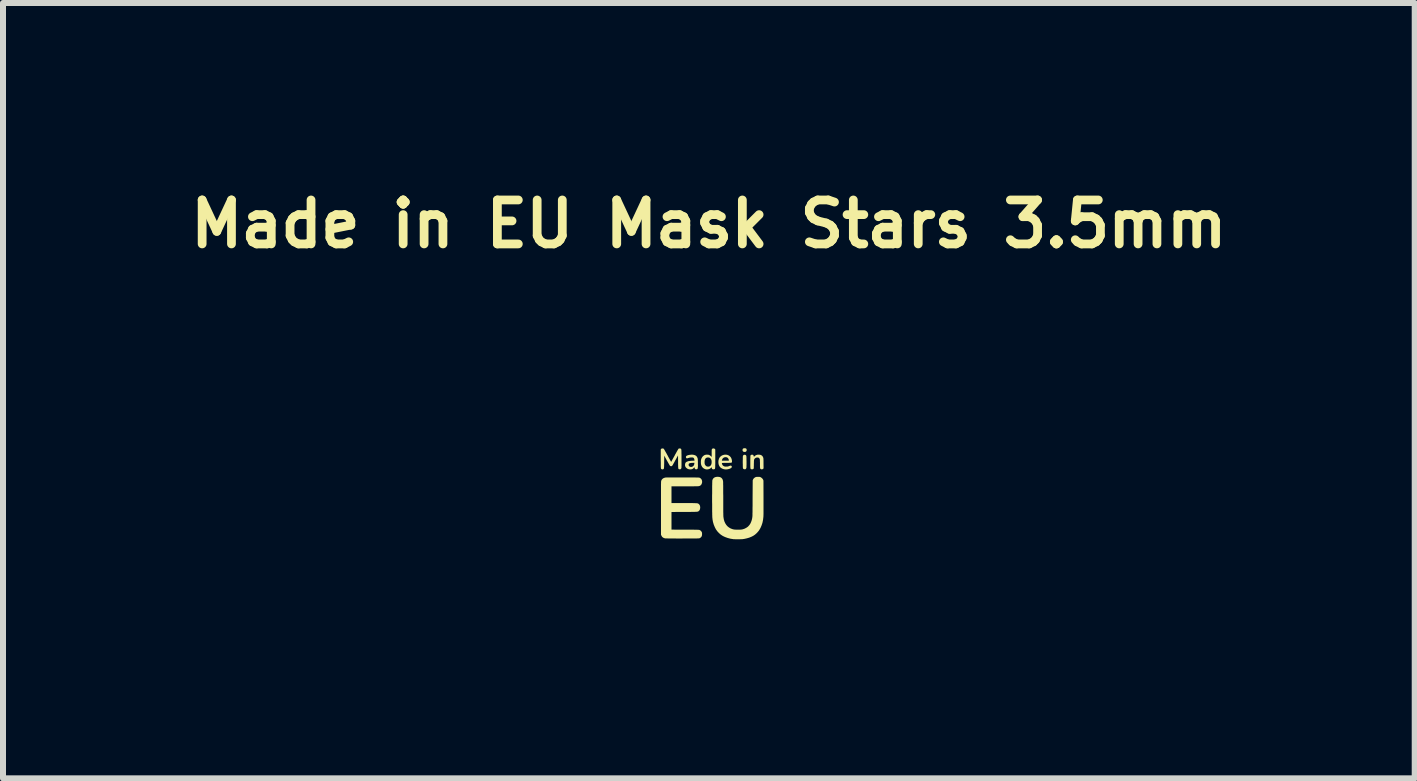
<source format=kicad_pcb>
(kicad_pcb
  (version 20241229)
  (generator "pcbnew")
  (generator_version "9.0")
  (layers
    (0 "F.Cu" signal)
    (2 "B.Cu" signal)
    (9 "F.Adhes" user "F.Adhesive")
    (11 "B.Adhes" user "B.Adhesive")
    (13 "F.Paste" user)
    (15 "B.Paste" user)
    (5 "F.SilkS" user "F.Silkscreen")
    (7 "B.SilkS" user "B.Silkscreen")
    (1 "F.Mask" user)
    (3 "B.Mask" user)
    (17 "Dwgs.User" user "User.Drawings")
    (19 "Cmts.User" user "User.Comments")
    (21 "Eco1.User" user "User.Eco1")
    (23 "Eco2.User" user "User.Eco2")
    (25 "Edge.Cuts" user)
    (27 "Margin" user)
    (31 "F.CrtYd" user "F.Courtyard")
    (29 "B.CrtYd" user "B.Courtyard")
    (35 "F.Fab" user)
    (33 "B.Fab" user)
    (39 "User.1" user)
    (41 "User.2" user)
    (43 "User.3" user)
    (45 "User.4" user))
  (footprint "Made in EU Mask Stars 3.5mm"
    (layer "F.Cu")
    (at 8.767 5.185)
    (property "Reference" "Made in EU Mask Stars 3.5mm" (at 0 -4.5 180) (layer "F.SilkS") (effects (font (size 0.733 0.733) (thickness 0.146))))
    (attr board_only exclude_from_pos_files exclude_from_bom)
    (fp_poly (pts (xy 1.286 -0.995) (xy 1.287 -0.995) (xy 1.288 -0.992) (xy 1.29 -0.984) (xy 1.294 -0.973) (xy 1.299 -0.958) (xy 1.304 -0.94) (xy 1.311 -0.921) (xy 1.317 -0.9) (xy 1.318 -0.897) (xy 1.348 -0.804) (xy 1.452 -0.802) (xy 1.556 -0.801) (xy 1.472 -0.741) (xy 1.454 -0.728) (xy 1.437 -0.716) (xy 1.422 -0.705) (xy 1.409 -0.695) (xy 1.399 -0.688) (xy 1.392 -0.683) (xy 1.389 -0.68) (xy 1.389 -0.68) (xy 1.389 -0.677) (xy 1.392 -0.67) (xy 1.395 -0.659) (xy 1.4 -0.645) (xy 1.405 -0.628) (xy 1.411 -0.609) (xy 1.418 -0.588) (xy 1.419 -0.584) (xy 1.426 -0.562) (xy 1.433 -0.543) (xy 1.438 -0.525) (xy 1.443 -0.511) (xy 1.446 -0.499) (xy 1.449 -0.491) (xy 1.45 -0.488) (xy 1.45 -0.488) (xy 1.447 -0.489) (xy 1.441 -0.493) (xy 1.432 -0.499) (xy 1.42 -0.508) (xy 1.406 -0.518) (xy 1.389 -0.53) (xy 1.372 -0.543) (xy 1.367 -0.546) (xy 1.285 -0.606) (xy 1.207 -0.549) (xy 1.186 -0.533) (xy 1.168 -0.52) (xy 1.154 -0.51) (xy 1.143 -0.502) (xy 1.134 -0.496) (xy 1.128 -0.492) (xy 1.124 -0.49) (xy 1.122 -0.489) (xy 1.121 -0.489) (xy 1.121 -0.49) (xy 1.121 -0.491) (xy 1.121 -0.491) (xy 1.13 -0.517) (xy 1.138 -0.542) (xy 1.146 -0.567) (xy 1.153 -0.591) (xy 1.16 -0.612) (xy 1.166 -0.632) (xy 1.172 -0.649) (xy 1.176 -0.664) (xy 1.179 -0.674) (xy 1.18 -0.68) (xy 1.18 -0.682) (xy 1.178 -0.684) (xy 1.172 -0.689) (xy 1.162 -0.696) (xy 1.15 -0.704) (xy 1.135 -0.715) (xy 1.118 -0.727) (xy 1.1 -0.74) (xy 1.097 -0.742) (xy 1.015 -0.801) (xy 1.118 -0.802) (xy 1.222 -0.802) (xy 1.244 -0.872) (xy 1.253 -0.901) (xy 1.261 -0.924) (xy 1.267 -0.944) (xy 1.272 -0.96) (xy 1.277 -0.972) (xy 1.28 -0.982) (xy 1.282 -0.988) (xy 1.284 -0.993) (xy 1.285 -0.995) (xy 1.286 -0.996)) (stroke (width 0) (type solid)) (fill yes) (layer "F.Mask"))
    (fp_poly (pts (xy 0.003 1.233) (xy 0.006 1.241) (xy 0.009 1.252) (xy 0.014 1.267) (xy 0.02 1.284) (xy 0.026 1.304) (xy 0.033 1.325) (xy 0.034 1.329) (xy 0.064 1.424) (xy 0.167 1.425) (xy 0.269 1.426) (xy 0.193 1.481) (xy 0.175 1.494) (xy 0.158 1.506) (xy 0.143 1.517) (xy 0.13 1.526) (xy 0.12 1.534) (xy 0.113 1.539) (xy 0.11 1.541) (xy 0.104 1.546) (xy 0.134 1.64) (xy 0.141 1.661) (xy 0.147 1.681) (xy 0.153 1.698) (xy 0.158 1.713) (xy 0.162 1.725) (xy 0.164 1.733) (xy 0.166 1.737) (xy 0.166 1.737) (xy 0.166 1.74) (xy 0.164 1.738) (xy 0.16 1.736) (xy 0.153 1.73) (xy 0.143 1.723) (xy 0.13 1.714) (xy 0.116 1.704) (xy 0.101 1.693) (xy 0.085 1.681) (xy 0.069 1.669) (xy 0.054 1.658) (xy 0.039 1.648) (xy 0.026 1.639) (xy 0.016 1.631) (xy 0.008 1.626) (xy 0.004 1.623) (xy 0.004 1.622) (xy 0.001 1.623) (xy -0.005 1.627) (xy -0.014 1.633) (xy -0.026 1.641) (xy -0.04 1.651) (xy -0.056 1.662) (xy -0.072 1.673) (xy -0.089 1.685) (xy -0.105 1.697) (xy -0.121 1.708) (xy -0.136 1.719) (xy -0.149 1.729) (xy -0.159 1.737) (xy -0.161 1.739) (xy -0.164 1.74) (xy -0.164 1.738) (xy -0.164 1.738) (xy -0.163 1.734) (xy -0.16 1.726) (xy -0.156 1.715) (xy -0.152 1.701) (xy -0.147 1.685) (xy -0.141 1.667) (xy -0.135 1.648) (xy -0.129 1.63) (xy -0.123 1.612) (xy -0.118 1.595) (xy -0.113 1.58) (xy -0.109 1.568) (xy -0.107 1.56) (xy -0.105 1.556) (xy -0.102 1.545) (xy -0.185 1.485) (xy -0.269 1.425) (xy -0.166 1.425) (xy -0.063 1.425) (xy -0.044 1.367) (xy -0.038 1.347) (xy -0.031 1.326) (xy -0.024 1.305) (xy -0.018 1.286) (xy -0.013 1.27) (xy -0.012 1.268) (xy -0.008 1.254) (xy -0.004 1.243) (xy -0.001 1.235) (xy 0.001 1.23) (xy 0.002 1.23)) (stroke (width 0) (type solid)) (fill yes) (layer "F.Mask"))
    (fp_poly (pts (xy -0.719 -1.474) (xy -0.713 -1.455) (xy -0.706 -1.435) (xy -0.7 -1.415) (xy -0.694 -1.398) (xy -0.69 -1.384) (xy -0.687 -1.376) (xy -0.677 -1.344) (xy -0.574 -1.344) (xy -0.47 -1.343) (xy -0.544 -1.29) (xy -0.562 -1.277) (xy -0.579 -1.265) (xy -0.594 -1.254) (xy -0.607 -1.244) (xy -0.618 -1.237) (xy -0.625 -1.231) (xy -0.628 -1.229) (xy -0.638 -1.222) (xy -0.607 -1.126) (xy -0.6 -1.105) (xy -0.594 -1.085) (xy -0.588 -1.068) (xy -0.584 -1.053) (xy -0.58 -1.041) (xy -0.578 -1.033) (xy -0.577 -1.03) (xy -0.577 -1.03) (xy -0.579 -1.031) (xy -0.585 -1.035) (xy -0.594 -1.041) (xy -0.606 -1.05) (xy -0.621 -1.06) (xy -0.637 -1.072) (xy -0.654 -1.085) (xy -0.657 -1.086) (xy -0.674 -1.099) (xy -0.691 -1.112) (xy -0.706 -1.122) (xy -0.719 -1.131) (xy -0.729 -1.139) (xy -0.736 -1.143) (xy -0.739 -1.145) (xy -0.739 -1.145) (xy -0.742 -1.144) (xy -0.748 -1.14) (xy -0.758 -1.134) (xy -0.77 -1.125) (xy -0.785 -1.115) (xy -0.801 -1.103) (xy -0.819 -1.09) (xy -0.823 -1.088) (xy -0.841 -1.075) (xy -0.857 -1.063) (xy -0.872 -1.052) (xy -0.885 -1.043) (xy -0.895 -1.036) (xy -0.901 -1.031) (xy -0.904 -1.029) (xy -0.905 -1.029) (xy -0.904 -1.031) (xy -0.902 -1.038) (xy -0.899 -1.049) (xy -0.895 -1.063) (xy -0.889 -1.08) (xy -0.883 -1.099) (xy -0.876 -1.12) (xy -0.875 -1.125) (xy -0.868 -1.146) (xy -0.862 -1.166) (xy -0.856 -1.183) (xy -0.851 -1.198) (xy -0.848 -1.21) (xy -0.845 -1.218) (xy -0.844 -1.222) (xy -0.844 -1.222) (xy -0.846 -1.224) (xy -0.852 -1.228) (xy -0.861 -1.235) (xy -0.873 -1.244) (xy -0.888 -1.254) (xy -0.904 -1.266) (xy -0.922 -1.279) (xy -0.928 -1.283) (xy -1.011 -1.343) (xy -0.907 -1.344) (xy -0.804 -1.344) (xy -0.779 -1.422) (xy -0.773 -1.442) (xy -0.766 -1.462) (xy -0.76 -1.48) (xy -0.755 -1.496) (xy -0.751 -1.509) (xy -0.748 -1.518) (xy -0.748 -1.52) (xy -0.741 -1.541)) (stroke (width 0) (type solid)) (fill yes) (layer "F.Mask"))
    (fp_poly (pts (xy -0.739 1.036) (xy -0.737 1.042) (xy -0.733 1.052) (xy -0.728 1.066) (xy -0.722 1.083) (xy -0.716 1.102) (xy -0.709 1.123) (xy -0.707 1.129) (xy -0.676 1.227) (xy -0.573 1.228) (xy -0.47 1.228) (xy -0.553 1.288) (xy -0.571 1.301) (xy -0.588 1.313) (xy -0.603 1.324) (xy -0.616 1.334) (xy -0.626 1.341) (xy -0.632 1.346) (xy -0.635 1.349) (xy -0.636 1.349) (xy -0.635 1.352) (xy -0.633 1.359) (xy -0.629 1.37) (xy -0.625 1.385) (xy -0.619 1.402) (xy -0.613 1.421) (xy -0.606 1.442) (xy -0.606 1.445) (xy -0.599 1.466) (xy -0.593 1.485) (xy -0.587 1.502) (xy -0.583 1.517) (xy -0.579 1.529) (xy -0.577 1.536) (xy -0.576 1.54) (xy -0.576 1.54) (xy -0.579 1.539) (xy -0.584 1.536) (xy -0.592 1.531) (xy -0.599 1.525) (xy -0.607 1.519) (xy -0.619 1.511) (xy -0.633 1.501) (xy -0.649 1.489) (xy -0.665 1.477) (xy -0.68 1.466) (xy -0.739 1.423) (xy -0.811 1.475) (xy -0.828 1.488) (xy -0.845 1.5) (xy -0.86 1.511) (xy -0.873 1.52) (xy -0.883 1.528) (xy -0.89 1.533) (xy -0.893 1.535) (xy -0.9 1.539) (xy -0.903 1.541) (xy -0.903 1.54) (xy -0.903 1.537) (xy -0.901 1.533) (xy -0.899 1.525) (xy -0.895 1.513) (xy -0.89 1.498) (xy -0.885 1.48) (xy -0.878 1.46) (xy -0.872 1.441) (xy -0.866 1.421) (xy -0.86 1.401) (xy -0.854 1.384) (xy -0.85 1.37) (xy -0.847 1.359) (xy -0.845 1.352) (xy -0.845 1.349) (xy -0.847 1.347) (xy -0.853 1.342) (xy -0.863 1.334) (xy -0.875 1.325) (xy -0.889 1.315) (xy -0.906 1.302) (xy -0.924 1.289) (xy -0.928 1.287) (xy -1.009 1.228) (xy -0.906 1.228) (xy -0.803 1.227) (xy -0.798 1.211) (xy -0.792 1.194) (xy -0.787 1.176) (xy -0.781 1.157) (xy -0.774 1.137) (xy -0.768 1.117) (xy -0.762 1.098) (xy -0.756 1.08) (xy -0.751 1.064) (xy -0.746 1.051) (xy -0.743 1.041) (xy -0.741 1.035) (xy -0.74 1.034)) (stroke (width 0) (type solid)) (fill yes) (layer "F.Mask"))
    (fp_poly (pts (xy 0.742 1.034) (xy 0.744 1.036) (xy 0.745 1.041) (xy 0.747 1.048) (xy 0.751 1.058) (xy 0.755 1.07) (xy 0.76 1.086) (xy 0.766 1.106) (xy 0.774 1.13) (xy 0.783 1.159) (xy 0.785 1.165) (xy 0.805 1.227) (xy 0.908 1.228) (xy 1.011 1.228) (xy 0.93 1.287) (xy 0.912 1.3) (xy 0.895 1.312) (xy 0.88 1.323) (xy 0.867 1.332) (xy 0.857 1.339) (xy 0.85 1.344) (xy 0.847 1.347) (xy 0.846 1.347) (xy 0.847 1.35) (xy 0.848 1.357) (xy 0.852 1.368) (xy 0.856 1.382) (xy 0.861 1.399) (xy 0.867 1.418) (xy 0.874 1.439) (xy 0.875 1.444) (xy 0.882 1.466) (xy 0.889 1.485) (xy 0.894 1.503) (xy 0.899 1.518) (xy 0.902 1.53) (xy 0.905 1.538) (xy 0.906 1.541) (xy 0.906 1.541) (xy 0.904 1.54) (xy 0.898 1.536) (xy 0.888 1.529) (xy 0.876 1.521) (xy 0.862 1.51) (xy 0.845 1.499) (xy 0.828 1.486) (xy 0.823 1.482) (xy 0.742 1.423) (xy 0.728 1.433) (xy 0.711 1.445) (xy 0.693 1.459) (xy 0.674 1.472) (xy 0.656 1.485) (xy 0.639 1.498) (xy 0.623 1.51) (xy 0.608 1.52) (xy 0.596 1.529) (xy 0.586 1.536) (xy 0.58 1.54) (xy 0.577 1.542) (xy 0.577 1.542) (xy 0.576 1.541) (xy 0.577 1.54) (xy 0.578 1.537) (xy 0.58 1.53) (xy 0.583 1.52) (xy 0.588 1.506) (xy 0.593 1.49) (xy 0.599 1.472) (xy 0.605 1.454) (xy 0.611 1.435) (xy 0.617 1.416) (xy 0.623 1.399) (xy 0.628 1.383) (xy 0.632 1.369) (xy 0.635 1.359) (xy 0.637 1.352) (xy 0.638 1.349) (xy 0.638 1.349) (xy 0.636 1.347) (xy 0.63 1.343) (xy 0.621 1.336) (xy 0.609 1.327) (xy 0.595 1.317) (xy 0.578 1.305) (xy 0.56 1.292) (xy 0.555 1.288) (xy 0.472 1.228) (xy 0.575 1.227) (xy 0.678 1.226) (xy 0.71 1.129) (xy 0.717 1.107) (xy 0.723 1.088) (xy 0.729 1.07) (xy 0.734 1.055) (xy 0.738 1.044) (xy 0.74 1.036) (xy 0.742 1.033) (xy 0.742 1.033)) (stroke (width 0) (type solid)) (fill yes) (layer "F.Mask"))
    (fp_poly (pts (xy 0.003 -1.736) (xy 0.005 -1.728) (xy 0.009 -1.717) (xy 0.013 -1.703) (xy 0.019 -1.685) (xy 0.025 -1.666) (xy 0.032 -1.645) (xy 0.033 -1.64) (xy 0.064 -1.543) (xy 0.167 -1.542) (xy 0.27 -1.541) (xy 0.187 -1.481) (xy 0.169 -1.468) (xy 0.152 -1.456) (xy 0.137 -1.445) (xy 0.124 -1.436) (xy 0.114 -1.429) (xy 0.107 -1.424) (xy 0.104 -1.421) (xy 0.104 -1.421) (xy 0.105 -1.418) (xy 0.107 -1.411) (xy 0.11 -1.401) (xy 0.115 -1.387) (xy 0.12 -1.372) (xy 0.125 -1.354) (xy 0.131 -1.336) (xy 0.137 -1.317) (xy 0.143 -1.298) (xy 0.149 -1.281) (xy 0.154 -1.265) (xy 0.159 -1.251) (xy 0.162 -1.24) (xy 0.164 -1.234) (xy 0.165 -1.232) (xy 0.166 -1.23) (xy 0.166 -1.229) (xy 0.165 -1.229) (xy 0.163 -1.23) (xy 0.159 -1.232) (xy 0.153 -1.236) (xy 0.144 -1.242) (xy 0.133 -1.251) (xy 0.118 -1.261) (xy 0.1 -1.275) (xy 0.089 -1.283) (xy 0.071 -1.296) (xy 0.055 -1.307) (xy 0.04 -1.318) (xy 0.028 -1.327) (xy 0.018 -1.335) (xy 0.011 -1.339) (xy 0.009 -1.341) (xy 0.001 -1.347) (xy -0.069 -1.296) (xy -0.087 -1.283) (xy -0.103 -1.271) (xy -0.119 -1.26) (xy -0.132 -1.25) (xy -0.142 -1.242) (xy -0.15 -1.237) (xy -0.152 -1.235) (xy -0.159 -1.23) (xy -0.163 -1.228) (xy -0.164 -1.229) (xy -0.163 -1.232) (xy -0.163 -1.232) (xy -0.162 -1.236) (xy -0.159 -1.244) (xy -0.155 -1.256) (xy -0.151 -1.27) (xy -0.145 -1.286) (xy -0.14 -1.304) (xy -0.134 -1.323) (xy -0.128 -1.342) (xy -0.122 -1.36) (xy -0.116 -1.377) (xy -0.112 -1.392) (xy -0.108 -1.404) (xy -0.105 -1.413) (xy -0.103 -1.418) (xy -0.103 -1.419) (xy -0.105 -1.421) (xy -0.11 -1.426) (xy -0.119 -1.433) (xy -0.131 -1.442) (xy -0.146 -1.453) (xy -0.162 -1.465) (xy -0.18 -1.478) (xy -0.185 -1.481) (xy -0.268 -1.541) (xy -0.165 -1.542) (xy -0.063 -1.542) (xy -0.044 -1.6) (xy -0.038 -1.62) (xy -0.031 -1.641) (xy -0.024 -1.662) (xy -0.018 -1.681) (xy -0.013 -1.698) (xy -0.012 -1.7) (xy -0.008 -1.713) (xy -0.004 -1.725) (xy -0.001 -1.733) (xy 0.001 -1.738) (xy 0.002 -1.739)) (stroke (width 0) (type solid)) (fill yes) (layer "F.Mask"))
    (fp_poly (pts (xy 1.286 0.49) (xy 1.288 0.497) (xy 1.292 0.508) (xy 1.297 0.521) (xy 1.302 0.538) (xy 1.308 0.557) (xy 1.315 0.578) (xy 1.317 0.584) (xy 1.348 0.681) (xy 1.452 0.683) (xy 1.556 0.684) (xy 1.475 0.742) (xy 1.456 0.756) (xy 1.439 0.768) (xy 1.424 0.779) (xy 1.411 0.788) (xy 1.401 0.795) (xy 1.394 0.8) (xy 1.391 0.803) (xy 1.39 0.803) (xy 1.391 0.806) (xy 1.392 0.813) (xy 1.395 0.824) (xy 1.4 0.839) (xy 1.405 0.858) (xy 1.412 0.879) (xy 1.419 0.902) (xy 1.426 0.923) (xy 1.433 0.943) (xy 1.438 0.961) (xy 1.443 0.976) (xy 1.447 0.987) (xy 1.449 0.995) (xy 1.45 0.999) (xy 1.45 0.999) (xy 1.448 0.998) (xy 1.442 0.994) (xy 1.433 0.987) (xy 1.421 0.978) (xy 1.407 0.968) (xy 1.39 0.956) (xy 1.372 0.943) (xy 1.368 0.94) (xy 1.347 0.924) (xy 1.33 0.912) (xy 1.316 0.902) (xy 1.306 0.895) (xy 1.298 0.889) (xy 1.291 0.886) (xy 1.287 0.883) (xy 1.284 0.883) (xy 1.282 0.883) (xy 1.281 0.883) (xy 1.277 0.885) (xy 1.27 0.89) (xy 1.26 0.898) (xy 1.247 0.907) (xy 1.232 0.918) (xy 1.216 0.93) (xy 1.199 0.942) (xy 1.181 0.955) (xy 1.165 0.967) (xy 1.151 0.977) (xy 1.139 0.986) (xy 1.13 0.992) (xy 1.124 0.996) (xy 1.121 0.997) (xy 1.122 0.995) (xy 1.124 0.988) (xy 1.127 0.977) (xy 1.132 0.963) (xy 1.137 0.946) (xy 1.143 0.926) (xy 1.15 0.905) (xy 1.151 0.901) (xy 1.158 0.88) (xy 1.164 0.86) (xy 1.17 0.843) (xy 1.175 0.828) (xy 1.178 0.816) (xy 1.18 0.808) (xy 1.181 0.805) (xy 1.181 0.805) (xy 1.179 0.803) (xy 1.173 0.798) (xy 1.165 0.792) (xy 1.154 0.784) (xy 1.15 0.781) (xy 1.138 0.773) (xy 1.124 0.762) (xy 1.107 0.751) (xy 1.09 0.738) (xy 1.073 0.726) (xy 1.067 0.721) (xy 1.015 0.684) (xy 1.119 0.683) (xy 1.222 0.681) (xy 1.253 0.585) (xy 1.26 0.564) (xy 1.266 0.544) (xy 1.272 0.527) (xy 1.277 0.512) (xy 1.281 0.5) (xy 1.283 0.492) (xy 1.285 0.488) (xy 1.285 0.488)) (stroke (width 0) (type solid)) (fill yes) (layer "F.Mask"))
    (fp_poly (pts (xy -1.282 0.49) (xy -1.281 0.493) (xy -1.278 0.501) (xy -1.275 0.512) (xy -1.27 0.527) (xy -1.264 0.544) (xy -1.258 0.564) (xy -1.251 0.585) (xy -1.25 0.587) (xy -1.22 0.681) (xy -1.116 0.683) (xy -1.012 0.684) (xy -1.096 0.744) (xy -1.114 0.757) (xy -1.131 0.769) (xy -1.146 0.78) (xy -1.159 0.789) (xy -1.169 0.796) (xy -1.176 0.801) (xy -1.179 0.804) (xy -1.18 0.804) (xy -1.179 0.806) (xy -1.177 0.813) (xy -1.174 0.824) (xy -1.169 0.838) (xy -1.164 0.855) (xy -1.158 0.875) (xy -1.151 0.896) (xy -1.149 0.902) (xy -1.142 0.923) (xy -1.136 0.943) (xy -1.13 0.96) (xy -1.126 0.975) (xy -1.122 0.987) (xy -1.119 0.995) (xy -1.118 0.999) (xy -1.118 0.999) (xy -1.12 0.998) (xy -1.126 0.994) (xy -1.135 0.987) (xy -1.147 0.978) (xy -1.162 0.968) (xy -1.178 0.956) (xy -1.196 0.943) (xy -1.198 0.941) (xy -1.216 0.928) (xy -1.233 0.916) (xy -1.248 0.905) (xy -1.261 0.896) (xy -1.271 0.888) (xy -1.278 0.884) (xy -1.281 0.881) (xy -1.281 0.881) (xy -1.284 0.883) (xy -1.29 0.887) (xy -1.3 0.893) (xy -1.312 0.901) (xy -1.327 0.912) (xy -1.344 0.924) (xy -1.362 0.937) (xy -1.366 0.94) (xy -1.384 0.953) (xy -1.401 0.965) (xy -1.416 0.976) (xy -1.429 0.985) (xy -1.439 0.992) (xy -1.445 0.997) (xy -1.448 0.999) (xy -1.448 0.999) (xy -1.448 0.997) (xy -1.445 0.99) (xy -1.442 0.979) (xy -1.437 0.965) (xy -1.432 0.948) (xy -1.426 0.928) (xy -1.419 0.907) (xy -1.417 0.902) (xy -1.411 0.881) (xy -1.404 0.861) (xy -1.399 0.844) (xy -1.394 0.828) (xy -1.391 0.817) (xy -1.388 0.808) (xy -1.387 0.805) (xy -1.388 0.804) (xy -1.39 0.803) (xy -1.396 0.798) (xy -1.405 0.791) (xy -1.418 0.782) (xy -1.432 0.771) (xy -1.449 0.759) (xy -1.467 0.747) (xy -1.471 0.743) (xy -1.554 0.684) (xy -1.45 0.683) (xy -1.346 0.681) (xy -1.325 0.617) (xy -1.319 0.598) (xy -1.313 0.577) (xy -1.306 0.558) (xy -1.301 0.54) (xy -1.296 0.526) (xy -1.294 0.52) (xy -1.29 0.508) (xy -1.287 0.498) (xy -1.284 0.492) (xy -1.282 0.49)) (stroke (width 0) (type solid)) (fill yes) (layer "F.Mask"))
    (fp_poly (pts (xy 0.746 -1.534) (xy 0.748 -1.526) (xy 0.752 -1.514) (xy 0.757 -1.5) (xy 0.763 -1.482) (xy 0.769 -1.463) (xy 0.776 -1.442) (xy 0.776 -1.439) (xy 0.806 -1.346) (xy 0.91 -1.344) (xy 1.014 -1.343) (xy 0.931 -1.283) (xy 0.913 -1.27) (xy 0.896 -1.258) (xy 0.881 -1.247) (xy 0.868 -1.238) (xy 0.858 -1.23) (xy 0.851 -1.226) (xy 0.847 -1.223) (xy 0.847 -1.223) (xy 0.848 -1.22) (xy 0.85 -1.214) (xy 0.853 -1.203) (xy 0.858 -1.189) (xy 0.863 -1.172) (xy 0.869 -1.152) (xy 0.876 -1.131) (xy 0.877 -1.126) (xy 0.884 -1.105) (xy 0.891 -1.085) (xy 0.896 -1.068) (xy 0.901 -1.053) (xy 0.904 -1.041) (xy 0.907 -1.033) (xy 0.908 -1.03) (xy 0.908 -1.029) (xy 0.905 -1.031) (xy 0.9 -1.035) (xy 0.89 -1.041) (xy 0.878 -1.05) (xy 0.864 -1.06) (xy 0.848 -1.072) (xy 0.83 -1.085) (xy 0.827 -1.087) (xy 0.809 -1.1) (xy 0.793 -1.112) (xy 0.778 -1.123) (xy 0.765 -1.132) (xy 0.754 -1.138) (xy 0.747 -1.143) (xy 0.744 -1.145) (xy 0.744 -1.145) (xy 0.741 -1.143) (xy 0.734 -1.139) (xy 0.725 -1.133) (xy 0.712 -1.124) (xy 0.697 -1.113) (xy 0.681 -1.101) (xy 0.663 -1.088) (xy 0.661 -1.087) (xy 0.643 -1.074) (xy 0.626 -1.062) (xy 0.612 -1.051) (xy 0.599 -1.042) (xy 0.589 -1.035) (xy 0.583 -1.031) (xy 0.58 -1.029) (xy 0.58 -1.029) (xy 0.58 -1.031) (xy 0.581 -1.036) (xy 0.585 -1.047) (xy 0.589 -1.061) (xy 0.594 -1.077) (xy 0.6 -1.094) (xy 0.606 -1.113) (xy 0.612 -1.132) (xy 0.618 -1.151) (xy 0.624 -1.169) (xy 0.629 -1.186) (xy 0.633 -1.2) (xy 0.637 -1.211) (xy 0.639 -1.219) (xy 0.64 -1.223) (xy 0.64 -1.223) (xy 0.638 -1.225) (xy 0.632 -1.229) (xy 0.623 -1.236) (xy 0.611 -1.244) (xy 0.596 -1.255) (xy 0.58 -1.267) (xy 0.562 -1.28) (xy 0.557 -1.283) (xy 0.474 -1.343) (xy 0.577 -1.344) (xy 0.681 -1.346) (xy 0.699 -1.403) (xy 0.706 -1.422) (xy 0.712 -1.443) (xy 0.719 -1.464) (xy 0.725 -1.483) (xy 0.73 -1.499) (xy 0.731 -1.5) (xy 0.735 -1.514) (xy 0.739 -1.525) (xy 0.742 -1.532) (xy 0.744 -1.537) (xy 0.745 -1.537)) (stroke (width 0) (type solid)) (fill yes) (layer "F.Mask"))
    (fp_poly (pts (xy -1.282 -0.992) (xy -1.279 -0.985) (xy -1.275 -0.974) (xy -1.271 -0.959) (xy -1.265 -0.942) (xy -1.259 -0.923) (xy -1.252 -0.902) (xy -1.251 -0.897) (xy -1.22 -0.801) (xy -1.117 -0.8) (xy -1.014 -0.798) (xy -1.097 -0.739) (xy -1.118 -0.723) (xy -1.135 -0.711) (xy -1.149 -0.701) (xy -1.16 -0.693) (xy -1.168 -0.686) (xy -1.173 -0.682) (xy -1.177 -0.678) (xy -1.178 -0.676) (xy -1.179 -0.674) (xy -1.178 -0.674) (xy -1.177 -0.669) (xy -1.175 -0.661) (xy -1.171 -0.65) (xy -1.166 -0.635) (xy -1.161 -0.619) (xy -1.155 -0.601) (xy -1.149 -0.582) (xy -1.143 -0.563) (xy -1.137 -0.545) (xy -1.132 -0.528) (xy -1.127 -0.514) (xy -1.123 -0.502) (xy -1.121 -0.493) (xy -1.119 -0.488) (xy -1.119 -0.488) (xy -1.119 -0.486) (xy -1.121 -0.486) (xy -1.123 -0.488) (xy -1.13 -0.492) (xy -1.139 -0.499) (xy -1.151 -0.508) (xy -1.164 -0.517) (xy -1.179 -0.528) (xy -1.195 -0.54) (xy -1.211 -0.551) (xy -1.227 -0.563) (xy -1.242 -0.573) (xy -1.255 -0.583) (xy -1.266 -0.591) (xy -1.274 -0.597) (xy -1.279 -0.601) (xy -1.28 -0.602) (xy -1.283 -0.601) (xy -1.289 -0.597) (xy -1.299 -0.591) (xy -1.312 -0.582) (xy -1.327 -0.572) (xy -1.344 -0.559) (xy -1.363 -0.546) (xy -1.365 -0.544) (xy -1.383 -0.531) (xy -1.4 -0.519) (xy -1.415 -0.508) (xy -1.428 -0.499) (xy -1.438 -0.492) (xy -1.444 -0.487) (xy -1.448 -0.485) (xy -1.448 -0.485) (xy -1.448 -0.487) (xy -1.447 -0.489) (xy -1.446 -0.492) (xy -1.444 -0.5) (xy -1.44 -0.511) (xy -1.435 -0.526) (xy -1.43 -0.543) (xy -1.423 -0.562) (xy -1.417 -0.583) (xy -1.41 -0.604) (xy -1.404 -0.623) (xy -1.398 -0.64) (xy -1.394 -0.655) (xy -1.39 -0.666) (xy -1.388 -0.673) (xy -1.387 -0.676) (xy -1.389 -0.678) (xy -1.394 -0.683) (xy -1.403 -0.69) (xy -1.415 -0.699) (xy -1.429 -0.71) (xy -1.446 -0.722) (xy -1.464 -0.735) (xy -1.469 -0.739) (xy -1.553 -0.798) (xy -1.449 -0.8) (xy -1.346 -0.801) (xy -1.334 -0.84) (xy -1.329 -0.855) (xy -1.323 -0.873) (xy -1.317 -0.893) (xy -1.31 -0.914) (xy -1.304 -0.934) (xy -1.303 -0.937) (xy -1.297 -0.954) (xy -1.292 -0.968) (xy -1.288 -0.98) (xy -1.285 -0.989) (xy -1.283 -0.994) (xy -1.283 -0.994)) (stroke (width 0) (type solid)) (fill yes) (layer "F.Mask"))
    (fp_poly (pts (xy -1.482 -0.251) (xy -1.479 -0.245) (xy -1.475 -0.234) (xy -1.471 -0.22) (xy -1.465 -0.204) (xy -1.459 -0.185) (xy -1.452 -0.164) (xy -1.45 -0.157) (xy -1.419 -0.06) (xy -1.316 -0.06) (xy -1.289 -0.06) (xy -1.265 -0.06) (xy -1.246 -0.059) (xy -1.231 -0.059) (xy -1.221 -0.058) (xy -1.216 -0.058) (xy -1.215 -0.057) (xy -1.218 -0.055) (xy -1.224 -0.051) (xy -1.233 -0.044) (xy -1.246 -0.035) (xy -1.26 -0.024) (xy -1.277 -0.012) (xy -1.295 0.001) (xy -1.297 0.003) (xy -1.315 0.016) (xy -1.332 0.028) (xy -1.347 0.039) (xy -1.359 0.048) (xy -1.369 0.056) (xy -1.375 0.061) (xy -1.378 0.063) (xy -1.378 0.063) (xy -1.377 0.066) (xy -1.375 0.074) (xy -1.372 0.085) (xy -1.367 0.099) (xy -1.362 0.116) (xy -1.355 0.136) (xy -1.349 0.157) (xy -1.348 0.159) (xy -1.341 0.181) (xy -1.335 0.2) (xy -1.33 0.217) (xy -1.325 0.232) (xy -1.322 0.243) (xy -1.319 0.251) (xy -1.319 0.254) (xy -1.319 0.254) (xy -1.321 0.253) (xy -1.327 0.249) (xy -1.336 0.242) (xy -1.348 0.234) (xy -1.363 0.224) (xy -1.379 0.212) (xy -1.397 0.199) (xy -1.4 0.196) (xy -1.42 0.182) (xy -1.438 0.169) (xy -1.454 0.158) (xy -1.466 0.15) (xy -1.476 0.143) (xy -1.482 0.14) (xy -1.484 0.139) (xy -1.487 0.141) (xy -1.494 0.146) (xy -1.503 0.152) (xy -1.516 0.161) (xy -1.531 0.172) (xy -1.547 0.184) (xy -1.564 0.196) (xy -1.585 0.211) (xy -1.602 0.224) (xy -1.615 0.234) (xy -1.626 0.241) (xy -1.633 0.247) (xy -1.639 0.251) (xy -1.643 0.253) (xy -1.645 0.254) (xy -1.646 0.255) (xy -1.646 0.254) (xy -1.646 0.254) (xy -1.646 0.251) (xy -1.643 0.244) (xy -1.64 0.233) (xy -1.635 0.219) (xy -1.63 0.202) (xy -1.624 0.182) (xy -1.617 0.162) (xy -1.616 0.16) (xy -1.61 0.139) (xy -1.603 0.119) (xy -1.598 0.102) (xy -1.593 0.087) (xy -1.59 0.075) (xy -1.587 0.067) (xy -1.586 0.064) (xy -1.586 0.064) (xy -1.589 0.062) (xy -1.594 0.057) (xy -1.604 0.05) (xy -1.616 0.041) (xy -1.63 0.03) (xy -1.646 0.018) (xy -1.664 0.005) (xy -1.667 0.003) (xy -1.685 -0.01) (xy -1.702 -0.023) (xy -1.717 -0.033) (xy -1.73 -0.043) (xy -1.74 -0.05) (xy -1.746 -0.055) (xy -1.749 -0.058) (xy -1.75 -0.058) (xy -1.747 -0.058) (xy -1.74 -0.059) (xy -1.729 -0.059) (xy -1.715 -0.059) (xy -1.697 -0.06) (xy -1.677 -0.06) (xy -1.654 -0.06) (xy -1.648 -0.06) (xy -1.545 -0.06) (xy -1.54 -0.076) (xy -1.534 -0.094) (xy -1.528 -0.113) (xy -1.522 -0.133) (xy -1.516 -0.154) (xy -1.509 -0.174) (xy -1.503 -0.193) (xy -1.497 -0.21) (xy -1.492 -0.226) (xy -1.488 -0.238) (xy -1.485 -0.247) (xy -1.483 -0.252) (xy -1.483 -0.253)) (stroke (width 0) (type solid)) (fill yes) (layer "F.Mask"))
    (fp_poly (pts (xy 1.483 -0.253) (xy 1.486 -0.246) (xy 1.489 -0.236) (xy 1.494 -0.224) (xy 1.498 -0.209) (xy 1.498 -0.209) (xy 1.504 -0.191) (xy 1.511 -0.169) (xy 1.518 -0.147) (xy 1.525 -0.125) (xy 1.529 -0.113) (xy 1.545 -0.063) (xy 1.648 -0.063) (xy 1.67 -0.062) (xy 1.691 -0.062) (xy 1.71 -0.062) (xy 1.726 -0.062) (xy 1.738 -0.062) (xy 1.746 -0.061) (xy 1.75 -0.061) (xy 1.75 -0.061) (xy 1.748 -0.059) (xy 1.743 -0.054) (xy 1.733 -0.047) (xy 1.721 -0.038) (xy 1.707 -0.028) (xy 1.69 -0.016) (xy 1.672 -0.003) (xy 1.668 -0.000038) (xy 1.65 0.013) (xy 1.633 0.025) (xy 1.618 0.036) (xy 1.606 0.046) (xy 1.596 0.053) (xy 1.589 0.059) (xy 1.587 0.062) (xy 1.586 0.062) (xy 1.587 0.065) (xy 1.589 0.072) (xy 1.593 0.084) (xy 1.597 0.098) (xy 1.603 0.116) (xy 1.609 0.135) (xy 1.616 0.156) (xy 1.616 0.158) (xy 1.623 0.179) (xy 1.629 0.198) (xy 1.635 0.215) (xy 1.639 0.23) (xy 1.643 0.241) (xy 1.645 0.249) (xy 1.645 0.252) (xy 1.645 0.252) (xy 1.643 0.251) (xy 1.637 0.247) (xy 1.628 0.24) (xy 1.616 0.232) (xy 1.601 0.221) (xy 1.585 0.21) (xy 1.568 0.197) (xy 1.566 0.195) (xy 1.548 0.182) (xy 1.531 0.17) (xy 1.516 0.159) (xy 1.504 0.15) (xy 1.494 0.143) (xy 1.487 0.138) (xy 1.484 0.136) (xy 1.484 0.136) (xy 1.481 0.138) (xy 1.474 0.142) (xy 1.465 0.148) (xy 1.453 0.157) (xy 1.438 0.167) (xy 1.422 0.178) (xy 1.406 0.19) (xy 1.385 0.206) (xy 1.367 0.219) (xy 1.353 0.229) (xy 1.341 0.237) (xy 1.333 0.243) (xy 1.327 0.247) (xy 1.323 0.25) (xy 1.32 0.252) (xy 1.319 0.252) (xy 1.318 0.252) (xy 1.318 0.251) (xy 1.319 0.249) (xy 1.321 0.241) (xy 1.325 0.23) (xy 1.329 0.216) (xy 1.335 0.199) (xy 1.341 0.18) (xy 1.347 0.159) (xy 1.348 0.157) (xy 1.355 0.136) (xy 1.361 0.116) (xy 1.367 0.099) (xy 1.371 0.084) (xy 1.375 0.072) (xy 1.377 0.065) (xy 1.378 0.061) (xy 1.378 0.061) (xy 1.376 0.059) (xy 1.37 0.054) (xy 1.361 0.047) (xy 1.349 0.038) (xy 1.334 0.028) (xy 1.318 0.016) (xy 1.3 0.003) (xy 1.296 0) (xy 1.278 -0.013) (xy 1.261 -0.025) (xy 1.246 -0.036) (xy 1.234 -0.045) (xy 1.224 -0.053) (xy 1.217 -0.058) (xy 1.214 -0.06) (xy 1.214 -0.06) (xy 1.217 -0.061) (xy 1.224 -0.061) (xy 1.235 -0.061) (xy 1.25 -0.061) (xy 1.267 -0.061) (xy 1.288 -0.061) (xy 1.31 -0.061) (xy 1.315 -0.061) (xy 1.341 -0.06) (xy 1.362 -0.06) (xy 1.379 -0.06) (xy 1.391 -0.06) (xy 1.401 -0.06) (xy 1.408 -0.06) (xy 1.413 -0.061) (xy 1.416 -0.061) (xy 1.418 -0.062) (xy 1.419 -0.064) (xy 1.419 -0.064) (xy 1.42 -0.068) (xy 1.423 -0.076) (xy 1.427 -0.087) (xy 1.432 -0.102) (xy 1.437 -0.12) (xy 1.444 -0.139) (xy 1.451 -0.161) (xy 1.451 -0.162) (xy 1.458 -0.183) (xy 1.464 -0.202) (xy 1.47 -0.22) (xy 1.474 -0.234) (xy 1.478 -0.245) (xy 1.481 -0.252) (xy 1.482 -0.255) (xy 1.482 -0.255)) (stroke (width 0) (type solid)) (fill yes) (layer "F.Mask"))
    (fp_poly (pts (xy 0.608 -0.762) (xy 0.619 -0.759) (xy 0.626 -0.752) (xy 0.63 -0.742) (xy 0.631 -0.733) (xy 0.629 -0.72) (xy 0.622 -0.71) (xy 0.615 -0.704) (xy 0.606 -0.702) (xy 0.595 -0.701) (xy 0.583 -0.703) (xy 0.576 -0.705) (xy 0.568 -0.711) (xy 0.563 -0.72) (xy 0.561 -0.731) (xy 0.562 -0.742) (xy 0.566 -0.752) (xy 0.569 -0.756) (xy 0.575 -0.759) (xy 0.582 -0.762) (xy 0.592 -0.763)) (stroke (width 0) (type solid)) (fill yes) (layer "F.SilkS"))
    (fp_poly (pts (xy 0.609 -0.652) (xy 0.618 -0.646) (xy 0.624 -0.636) (xy 0.625 -0.63) (xy 0.626 -0.625) (xy 0.626 -0.615) (xy 0.627 -0.601) (xy 0.627 -0.585) (xy 0.627 -0.566) (xy 0.628 -0.546) (xy 0.628 -0.526) (xy 0.628 -0.506) (xy 0.628 -0.487) (xy 0.627 -0.47) (xy 0.627 -0.456) (xy 0.627 -0.445) (xy 0.626 -0.439) (xy 0.622 -0.426) (xy 0.617 -0.419) (xy 0.612 -0.414) (xy 0.606 -0.412) (xy 0.598 -0.412) (xy 0.597 -0.412) (xy 0.586 -0.413) (xy 0.578 -0.417) (xy 0.577 -0.417) (xy 0.572 -0.423) (xy 0.568 -0.431) (xy 0.568 -0.432) (xy 0.567 -0.437) (xy 0.567 -0.447) (xy 0.566 -0.46) (xy 0.566 -0.477) (xy 0.566 -0.495) (xy 0.565 -0.515) (xy 0.565 -0.536) (xy 0.565 -0.556) (xy 0.566 -0.576) (xy 0.566 -0.594) (xy 0.566 -0.609) (xy 0.567 -0.622) (xy 0.567 -0.63) (xy 0.568 -0.634) (xy 0.573 -0.644) (xy 0.582 -0.651) (xy 0.594 -0.654) (xy 0.597 -0.654)) (stroke (width 0) (type solid)) (fill yes) (layer "F.SilkS"))
    (fp_poly (pts (xy 0.291 -0.655) (xy 0.312 -0.651) (xy 0.332 -0.642) (xy 0.349 -0.63) (xy 0.363 -0.615) (xy 0.371 -0.602) (xy 0.378 -0.586) (xy 0.383 -0.567) (xy 0.385 -0.549) (xy 0.386 -0.543) (xy 0.385 -0.537) (xy 0.385 -0.532) (xy 0.384 -0.528) (xy 0.381 -0.525) (xy 0.376 -0.523) (xy 0.369 -0.521) (xy 0.359 -0.52) (xy 0.345 -0.52) (xy 0.328 -0.519) (xy 0.306 -0.519) (xy 0.295 -0.519) (xy 0.273 -0.519) (xy 0.254 -0.519) (xy 0.24 -0.518) (xy 0.23 -0.518) (xy 0.223 -0.517) (xy 0.219 -0.515) (xy 0.217 -0.513) (xy 0.217 -0.51) (xy 0.218 -0.506) (xy 0.219 -0.501) (xy 0.22 -0.499) (xy 0.226 -0.485) (xy 0.234 -0.475) (xy 0.245 -0.466) (xy 0.248 -0.465) (xy 0.255 -0.461) (xy 0.26 -0.459) (xy 0.267 -0.458) (xy 0.275 -0.457) (xy 0.287 -0.457) (xy 0.29 -0.457) (xy 0.304 -0.458) (xy 0.314 -0.458) (xy 0.321 -0.46) (xy 0.329 -0.462) (xy 0.336 -0.465) (xy 0.349 -0.47) (xy 0.359 -0.473) (xy 0.367 -0.473) (xy 0.372 -0.471) (xy 0.376 -0.468) (xy 0.382 -0.46) (xy 0.383 -0.451) (xy 0.38 -0.443) (xy 0.373 -0.435) (xy 0.363 -0.428) (xy 0.35 -0.422) (xy 0.335 -0.417) (xy 0.319 -0.413) (xy 0.301 -0.41) (xy 0.283 -0.409) (xy 0.264 -0.411) (xy 0.251 -0.413) (xy 0.227 -0.421) (xy 0.206 -0.432) (xy 0.188 -0.447) (xy 0.175 -0.465) (xy 0.165 -0.487) (xy 0.16 -0.512) (xy 0.159 -0.533) (xy 0.16 -0.555) (xy 0.216 -0.555) (xy 0.275 -0.555) (xy 0.333 -0.555) (xy 0.333 -0.563) (xy 0.332 -0.571) (xy 0.329 -0.58) (xy 0.327 -0.585) (xy 0.318 -0.599) (xy 0.306 -0.608) (xy 0.291 -0.613) (xy 0.286 -0.614) (xy 0.267 -0.613) (xy 0.251 -0.608) (xy 0.237 -0.599) (xy 0.226 -0.585) (xy 0.219 -0.568) (xy 0.218 -0.563) (xy 0.216 -0.555) (xy 0.16 -0.555) (xy 0.161 -0.56) (xy 0.167 -0.584) (xy 0.177 -0.605) (xy 0.191 -0.622) (xy 0.21 -0.637) (xy 0.223 -0.644) (xy 0.246 -0.652) (xy 0.268 -0.656)) (stroke (width 0) (type solid)) (fill yes) (layer "F.SilkS"))
    (fp_poly (pts (xy 0.842 -0.655) (xy 0.851 -0.654) (xy 0.858 -0.653) (xy 0.865 -0.65) (xy 0.871 -0.648) (xy 0.884 -0.64) (xy 0.894 -0.63) (xy 0.902 -0.616) (xy 0.905 -0.609) (xy 0.906 -0.605) (xy 0.908 -0.601) (xy 0.909 -0.596) (xy 0.909 -0.59) (xy 0.91 -0.581) (xy 0.91 -0.57) (xy 0.911 -0.556) (xy 0.911 -0.538) (xy 0.911 -0.516) (xy 0.911 -0.511) (xy 0.912 -0.427) (xy 0.904 -0.419) (xy 0.895 -0.413) (xy 0.883 -0.411) (xy 0.871 -0.412) (xy 0.863 -0.416) (xy 0.86 -0.419) (xy 0.857 -0.422) (xy 0.855 -0.427) (xy 0.854 -0.434) (xy 0.853 -0.444) (xy 0.852 -0.457) (xy 0.852 -0.473) (xy 0.852 -0.494) (xy 0.852 -0.503) (xy 0.852 -0.524) (xy 0.851 -0.543) (xy 0.851 -0.559) (xy 0.85 -0.571) (xy 0.849 -0.578) (xy 0.849 -0.58) (xy 0.843 -0.592) (xy 0.834 -0.602) (xy 0.822 -0.607) (xy 0.817 -0.608) (xy 0.803 -0.608) (xy 0.788 -0.605) (xy 0.774 -0.598) (xy 0.769 -0.593) (xy 0.764 -0.589) (xy 0.76 -0.584) (xy 0.757 -0.579) (xy 0.755 -0.573) (xy 0.753 -0.565) (xy 0.752 -0.554) (xy 0.751 -0.541) (xy 0.751 -0.524) (xy 0.75 -0.502) (xy 0.75 -0.496) (xy 0.75 -0.475) (xy 0.749 -0.458) (xy 0.749 -0.445) (xy 0.749 -0.436) (xy 0.748 -0.43) (xy 0.747 -0.425) (xy 0.746 -0.422) (xy 0.744 -0.42) (xy 0.743 -0.419) (xy 0.735 -0.414) (xy 0.723 -0.411) (xy 0.712 -0.412) (xy 0.707 -0.413) (xy 0.703 -0.414) (xy 0.699 -0.417) (xy 0.696 -0.42) (xy 0.694 -0.425) (xy 0.693 -0.432) (xy 0.692 -0.442) (xy 0.691 -0.455) (xy 0.691 -0.472) (xy 0.691 -0.492) (xy 0.691 -0.517) (xy 0.691 -0.537) (xy 0.691 -0.563) (xy 0.691 -0.584) (xy 0.692 -0.601) (xy 0.692 -0.615) (xy 0.692 -0.625) (xy 0.693 -0.632) (xy 0.693 -0.638) (xy 0.694 -0.641) (xy 0.695 -0.644) (xy 0.696 -0.645) (xy 0.697 -0.646) (xy 0.705 -0.652) (xy 0.716 -0.655) (xy 0.726 -0.655) (xy 0.737 -0.651) (xy 0.744 -0.643) (xy 0.749 -0.631) (xy 0.749 -0.63) (xy 0.751 -0.618) (xy 0.761 -0.629) (xy 0.77 -0.637) (xy 0.782 -0.645) (xy 0.787 -0.648) (xy 0.796 -0.651) (xy 0.803 -0.653) (xy 0.811 -0.655) (xy 0.822 -0.655) (xy 0.83 -0.655)) (stroke (width 0) (type solid)) (fill yes) (layer "F.SilkS"))
    (fp_poly (pts (xy 0.086 -0.758) (xy 0.096 -0.754) (xy 0.1 -0.75) (xy 0.107 -0.742) (xy 0.107 -0.587) (xy 0.107 -0.554) (xy 0.107 -0.525) (xy 0.107 -0.501) (xy 0.106 -0.481) (xy 0.106 -0.464) (xy 0.106 -0.451) (xy 0.105 -0.44) (xy 0.104 -0.432) (xy 0.103 -0.426) (xy 0.102 -0.422) (xy 0.1 -0.419) (xy 0.098 -0.417) (xy 0.096 -0.415) (xy 0.094 -0.414) (xy 0.086 -0.412) (xy 0.076 -0.411) (xy 0.066 -0.412) (xy 0.06 -0.414) (xy 0.054 -0.419) (xy 0.05 -0.428) (xy 0.047 -0.438) (xy 0.047 -0.442) (xy 0.047 -0.449) (xy 0.039 -0.439) (xy 0.025 -0.426) (xy 0.008 -0.417) (xy -0.012 -0.411) (xy -0.032 -0.409) (xy -0.053 -0.411) (xy -0.057 -0.413) (xy -0.077 -0.421) (xy -0.095 -0.433) (xy -0.11 -0.449) (xy -0.122 -0.469) (xy -0.13 -0.492) (xy -0.13 -0.494) (xy -0.132 -0.505) (xy -0.133 -0.519) (xy -0.133 -0.533) (xy -0.072 -0.533) (xy -0.071 -0.519) (xy -0.071 -0.509) (xy -0.069 -0.502) (xy -0.067 -0.495) (xy -0.066 -0.491) (xy -0.056 -0.476) (xy -0.045 -0.465) (xy -0.031 -0.458) (xy -0.014 -0.456) (xy -0.013 -0.456) (xy -0.001 -0.457) (xy 0.01 -0.46) (xy 0.012 -0.461) (xy 0.025 -0.47) (xy 0.036 -0.483) (xy 0.043 -0.5) (xy 0.046 -0.521) (xy 0.046 -0.525) (xy 0.046 -0.549) (xy 0.042 -0.569) (xy 0.034 -0.585) (xy 0.023 -0.597) (xy 0.013 -0.604) (xy -0.001 -0.608) (xy -0.017 -0.609) (xy -0.032 -0.607) (xy -0.046 -0.601) (xy -0.054 -0.594) (xy -0.062 -0.583) (xy -0.067 -0.571) (xy -0.07 -0.556) (xy -0.072 -0.537) (xy -0.072 -0.533) (xy -0.133 -0.533) (xy -0.133 -0.535) (xy -0.133 -0.551) (xy -0.131 -0.565) (xy -0.13 -0.572) (xy -0.122 -0.595) (xy -0.11 -0.616) (xy -0.096 -0.632) (xy -0.078 -0.645) (xy -0.072 -0.648) (xy -0.064 -0.651) (xy -0.057 -0.653) (xy -0.049 -0.655) (xy -0.038 -0.655) (xy -0.03 -0.655) (xy -0.017 -0.655) (xy -0.008 -0.654) (xy -0.001 -0.653) (xy 0.005 -0.65) (xy 0.011 -0.647) (xy 0.021 -0.641) (xy 0.031 -0.633) (xy 0.037 -0.628) (xy 0.047 -0.617) (xy 0.047 -0.678) (xy 0.047 -0.702) (xy 0.047 -0.72) (xy 0.048 -0.734) (xy 0.049 -0.743) (xy 0.05 -0.746) (xy 0.056 -0.754) (xy 0.065 -0.758) (xy 0.076 -0.76)) (stroke (width 0) (type solid)) (fill yes) (layer "F.SilkS"))
    (fp_poly (pts (xy -0.275 -0.656) (xy -0.25 -0.652) (xy -0.23 -0.646) (xy -0.213 -0.636) (xy -0.2 -0.622) (xy -0.191 -0.604) (xy -0.19 -0.603) (xy -0.188 -0.598) (xy -0.187 -0.593) (xy -0.186 -0.587) (xy -0.185 -0.58) (xy -0.184 -0.571) (xy -0.184 -0.558) (xy -0.183 -0.542) (xy -0.183 -0.522) (xy -0.183 -0.52) (xy -0.183 -0.494) (xy -0.182 -0.473) (xy -0.183 -0.456) (xy -0.184 -0.442) (xy -0.185 -0.432) (xy -0.187 -0.424) (xy -0.19 -0.419) (xy -0.194 -0.416) (xy -0.198 -0.413) (xy -0.203 -0.412) (xy -0.216 -0.411) (xy -0.227 -0.415) (xy -0.234 -0.423) (xy -0.239 -0.435) (xy -0.24 -0.439) (xy -0.241 -0.449) (xy -0.247 -0.44) (xy -0.257 -0.428) (xy -0.271 -0.418) (xy -0.288 -0.412) (xy -0.307 -0.41) (xy -0.328 -0.411) (xy -0.331 -0.412) (xy -0.347 -0.416) (xy -0.362 -0.424) (xy -0.376 -0.435) (xy -0.377 -0.436) (xy -0.385 -0.445) (xy -0.391 -0.454) (xy -0.394 -0.464) (xy -0.395 -0.465) (xy -0.398 -0.483) (xy -0.397 -0.487) (xy -0.338 -0.487) (xy -0.337 -0.477) (xy -0.335 -0.473) (xy -0.327 -0.461) (xy -0.315 -0.454) (xy -0.301 -0.451) (xy -0.285 -0.452) (xy -0.281 -0.453) (xy -0.267 -0.46) (xy -0.256 -0.47) (xy -0.247 -0.484) (xy -0.243 -0.5) (xy -0.242 -0.505) (xy -0.241 -0.52) (xy -0.271 -0.519) (xy -0.293 -0.518) (xy -0.311 -0.515) (xy -0.324 -0.511) (xy -0.332 -0.506) (xy -0.332 -0.506) (xy -0.336 -0.498) (xy -0.338 -0.487) (xy -0.397 -0.487) (xy -0.396 -0.501) (xy -0.391 -0.516) (xy -0.386 -0.524) (xy -0.38 -0.53) (xy -0.371 -0.536) (xy -0.362 -0.54) (xy -0.351 -0.544) (xy -0.339 -0.548) (xy -0.325 -0.55) (xy -0.308 -0.552) (xy -0.286 -0.554) (xy -0.277 -0.554) (xy -0.239 -0.556) (xy -0.241 -0.57) (xy -0.244 -0.585) (xy -0.249 -0.595) (xy -0.256 -0.603) (xy -0.259 -0.605) (xy -0.267 -0.608) (xy -0.279 -0.609) (xy -0.294 -0.609) (xy -0.309 -0.608) (xy -0.324 -0.605) (xy -0.338 -0.601) (xy -0.34 -0.601) (xy -0.353 -0.596) (xy -0.363 -0.594) (xy -0.37 -0.595) (xy -0.375 -0.598) (xy -0.378 -0.601) (xy -0.382 -0.61) (xy -0.382 -0.62) (xy -0.378 -0.63) (xy -0.374 -0.635) (xy -0.364 -0.64) (xy -0.35 -0.646) (xy -0.334 -0.65) (xy -0.316 -0.653) (xy -0.297 -0.655) (xy -0.28 -0.656)) (stroke (width 0) (type solid)) (fill yes) (layer "F.SilkS"))
    (fp_poly (pts (xy -0.474 -0.758) (xy -0.466 -0.754) (xy -0.461 -0.746) (xy -0.459 -0.74) (xy -0.458 -0.736) (xy -0.458 -0.727) (xy -0.457 -0.714) (xy -0.457 -0.698) (xy -0.457 -0.679) (xy -0.456 -0.657) (xy -0.456 -0.634) (xy -0.456 -0.61) (xy -0.456 -0.585) (xy -0.456 -0.56) (xy -0.456 -0.536) (xy -0.456 -0.513) (xy -0.456 -0.492) (xy -0.456 -0.473) (xy -0.457 -0.458) (xy -0.457 -0.445) (xy -0.457 -0.437) (xy -0.457 -0.435) (xy -0.462 -0.423) (xy -0.469 -0.415) (xy -0.48 -0.411) (xy -0.492 -0.412) (xy -0.494 -0.412) (xy -0.498 -0.413) (xy -0.502 -0.415) (xy -0.505 -0.417) (xy -0.507 -0.42) (xy -0.509 -0.425) (xy -0.51 -0.432) (xy -0.511 -0.442) (xy -0.512 -0.454) (xy -0.512 -0.47) (xy -0.513 -0.49) (xy -0.513 -0.515) (xy -0.513 -0.536) (xy -0.514 -0.643) (xy -0.552 -0.574) (xy -0.566 -0.549) (xy -0.577 -0.528) (xy -0.587 -0.511) (xy -0.594 -0.498) (xy -0.6 -0.487) (xy -0.605 -0.479) (xy -0.609 -0.474) (xy -0.612 -0.47) (xy -0.615 -0.467) (xy -0.617 -0.466) (xy -0.619 -0.465) (xy -0.621 -0.464) (xy -0.633 -0.463) (xy -0.643 -0.466) (xy -0.648 -0.47) (xy -0.651 -0.473) (xy -0.655 -0.481) (xy -0.662 -0.492) (xy -0.67 -0.506) (xy -0.679 -0.522) (xy -0.689 -0.54) (xy -0.699 -0.557) (xy -0.744 -0.639) (xy -0.745 -0.534) (xy -0.745 -0.506) (xy -0.746 -0.483) (xy -0.746 -0.464) (xy -0.747 -0.449) (xy -0.748 -0.437) (xy -0.749 -0.429) (xy -0.751 -0.422) (xy -0.753 -0.418) (xy -0.756 -0.415) (xy -0.76 -0.413) (xy -0.765 -0.412) (xy -0.77 -0.41) (xy -0.771 -0.41) (xy -0.776 -0.41) (xy -0.783 -0.412) (xy -0.791 -0.415) (xy -0.796 -0.42) (xy -0.797 -0.421) (xy -0.798 -0.423) (xy -0.799 -0.425) (xy -0.799 -0.429) (xy -0.8 -0.435) (xy -0.8 -0.442) (xy -0.801 -0.452) (xy -0.801 -0.465) (xy -0.801 -0.481) (xy -0.801 -0.501) (xy -0.801 -0.525) (xy -0.802 -0.553) (xy -0.802 -0.584) (xy -0.802 -0.742) (xy -0.795 -0.751) (xy -0.79 -0.756) (xy -0.785 -0.758) (xy -0.778 -0.759) (xy -0.773 -0.759) (xy -0.764 -0.759) (xy -0.758 -0.757) (xy -0.753 -0.754) (xy -0.751 -0.752) (xy -0.748 -0.748) (xy -0.743 -0.74) (xy -0.736 -0.728) (xy -0.728 -0.713) (xy -0.718 -0.696) (xy -0.707 -0.677) (xy -0.696 -0.656) (xy -0.686 -0.639) (xy -0.675 -0.617) (xy -0.664 -0.598) (xy -0.654 -0.58) (xy -0.645 -0.564) (xy -0.638 -0.552) (xy -0.633 -0.542) (xy -0.629 -0.537) (xy -0.628 -0.535) (xy -0.627 -0.538) (xy -0.623 -0.545) (xy -0.617 -0.555) (xy -0.61 -0.569) (xy -0.601 -0.585) (xy -0.591 -0.603) (xy -0.58 -0.623) (xy -0.571 -0.639) (xy -0.56 -0.661) (xy -0.548 -0.681) (xy -0.538 -0.7) (xy -0.529 -0.716) (xy -0.521 -0.73) (xy -0.514 -0.741) (xy -0.51 -0.748) (xy -0.509 -0.75) (xy -0.504 -0.756) (xy -0.499 -0.758) (xy -0.493 -0.759) (xy -0.486 -0.759)) (stroke (width 0) (type solid)) (fill yes) (layer "F.SilkS"))
    (fp_poly (pts (xy 0.168 -0.285) (xy 0.179 -0.283) (xy 0.187 -0.281) (xy 0.194 -0.278) (xy 0.21 -0.268) (xy 0.222 -0.254) (xy 0.231 -0.237) (xy 0.236 -0.217) (xy 0.237 -0.211) (xy 0.237 -0.205) (xy 0.238 -0.195) (xy 0.238 -0.18) (xy 0.238 -0.161) (xy 0.239 -0.138) (xy 0.239 -0.111) (xy 0.239 -0.081) (xy 0.239 -0.049) (xy 0.239 -0.013) (xy 0.24 0.025) (xy 0.24 0.064) (xy 0.24 0.085) (xy 0.24 0.138) (xy 0.24 0.186) (xy 0.24 0.229) (xy 0.24 0.267) (xy 0.24 0.3) (xy 0.241 0.327) (xy 0.241 0.35) (xy 0.242 0.367) (xy 0.242 0.378) (xy 0.243 0.384) (xy 0.249 0.422) (xy 0.259 0.457) (xy 0.273 0.488) (xy 0.29 0.515) (xy 0.311 0.539) (xy 0.335 0.558) (xy 0.362 0.574) (xy 0.373 0.578) (xy 0.387 0.584) (xy 0.401 0.588) (xy 0.414 0.591) (xy 0.427 0.593) (xy 0.443 0.594) (xy 0.462 0.595) (xy 0.485 0.595) (xy 0.509 0.595) (xy 0.53 0.594) (xy 0.548 0.592) (xy 0.564 0.589) (xy 0.579 0.584) (xy 0.594 0.579) (xy 0.608 0.572) (xy 0.633 0.558) (xy 0.653 0.543) (xy 0.67 0.524) (xy 0.675 0.519) (xy 0.69 0.497) (xy 0.702 0.472) (xy 0.712 0.445) (xy 0.72 0.415) (xy 0.722 0.402) (xy 0.723 0.397) (xy 0.724 0.392) (xy 0.724 0.387) (xy 0.725 0.382) (xy 0.726 0.376) (xy 0.726 0.368) (xy 0.727 0.359) (xy 0.727 0.349) (xy 0.727 0.336) (xy 0.727 0.321) (xy 0.728 0.303) (xy 0.728 0.283) (xy 0.728 0.258) (xy 0.728 0.231) (xy 0.729 0.199) (xy 0.729 0.163) (xy 0.729 0.123) (xy 0.729 0.078) (xy 0.729 0.072) (xy 0.731 -0.228) (xy 0.737 -0.242) (xy 0.746 -0.257) (xy 0.76 -0.27) (xy 0.776 -0.28) (xy 0.782 -0.282) (xy 0.789 -0.284) (xy 0.797 -0.285) (xy 0.808 -0.285) (xy 0.819 -0.285) (xy 0.833 -0.285) (xy 0.844 -0.285) (xy 0.851 -0.284) (xy 0.857 -0.282) (xy 0.864 -0.279) (xy 0.879 -0.269) (xy 0.893 -0.256) (xy 0.903 -0.241) (xy 0.905 -0.237) (xy 0.91 -0.223) (xy 0.911 0.061) (xy 0.911 0.115) (xy 0.911 0.164) (xy 0.911 0.208) (xy 0.911 0.246) (xy 0.911 0.28) (xy 0.911 0.309) (xy 0.911 0.334) (xy 0.91 0.353) (xy 0.91 0.369) (xy 0.909 0.379) (xy 0.909 0.382) (xy 0.903 0.433) (xy 0.893 0.481) (xy 0.878 0.526) (xy 0.86 0.567) (xy 0.839 0.603) (xy 0.829 0.617) (xy 0.816 0.632) (xy 0.802 0.648) (xy 0.786 0.663) (xy 0.772 0.675) (xy 0.766 0.68) (xy 0.739 0.698) (xy 0.707 0.714) (xy 0.672 0.728) (xy 0.634 0.739) (xy 0.594 0.748) (xy 0.56 0.753) (xy 0.547 0.754) (xy 0.531 0.754) (xy 0.513 0.755) (xy 0.492 0.755) (xy 0.472 0.755) (xy 0.451 0.755) (xy 0.433 0.754) (xy 0.418 0.754) (xy 0.408 0.753) (xy 0.358 0.745) (xy 0.313 0.733) (xy 0.271 0.718) (xy 0.233 0.7) (xy 0.199 0.678) (xy 0.169 0.652) (xy 0.142 0.623) (xy 0.118 0.59) (xy 0.099 0.553) (xy 0.082 0.512) (xy 0.081 0.509) (xy 0.075 0.488) (xy 0.069 0.468) (xy 0.065 0.447) (xy 0.061 0.423) (xy 0.059 0.402) (xy 0.058 0.395) (xy 0.057 0.382) (xy 0.057 0.365) (xy 0.056 0.345) (xy 0.056 0.321) (xy 0.055 0.295) (xy 0.055 0.265) (xy 0.055 0.234) (xy 0.055 0.201) (xy 0.055 0.167) (xy 0.054 0.131) (xy 0.054 0.096) (xy 0.054 0.06) (xy 0.054 0.024) (xy 0.055 -0.01) (xy 0.055 -0.044) (xy 0.055 -0.076) (xy 0.055 -0.106) (xy 0.055 -0.134) (xy 0.056 -0.159) (xy 0.056 -0.181) (xy 0.057 -0.199) (xy 0.057 -0.214) (xy 0.058 -0.224) (xy 0.058 -0.229) (xy 0.058 -0.229) (xy 0.066 -0.248) (xy 0.077 -0.263) (xy 0.091 -0.274) (xy 0.11 -0.282) (xy 0.132 -0.286) (xy 0.155 -0.286)) (stroke (width 0) (type solid)) (fill yes) (layer "F.SilkS"))
    (fp_poly (pts (xy -0.483 -0.276) (xy -0.435 -0.276) (xy -0.391 -0.275) (xy -0.353 -0.275) (xy -0.319 -0.275) (xy -0.289 -0.275) (xy -0.263 -0.275) (xy -0.241 -0.275) (xy -0.222 -0.275) (xy -0.206 -0.274) (xy -0.194 -0.274) (xy -0.183 -0.274) (xy -0.175 -0.274) (xy -0.168 -0.273) (xy -0.163 -0.273) (xy -0.159 -0.272) (xy -0.156 -0.271) (xy -0.154 -0.271) (xy -0.152 -0.27) (xy -0.151 -0.269) (xy -0.137 -0.26) (xy -0.125 -0.247) (xy -0.117 -0.232) (xy -0.113 -0.215) (xy -0.112 -0.197) (xy -0.116 -0.179) (xy -0.123 -0.162) (xy -0.128 -0.154) (xy -0.138 -0.144) (xy -0.15 -0.136) (xy -0.167 -0.131) (xy -0.172 -0.13) (xy -0.178 -0.13) (xy -0.189 -0.129) (xy -0.205 -0.129) (xy -0.225 -0.129) (xy -0.25 -0.128) (xy -0.28 -0.128) (xy -0.313 -0.128) (xy -0.35 -0.128) (xy -0.391 -0.128) (xy -0.406 -0.128) (xy -0.623 -0.128) (xy -0.623 0.012) (xy -0.623 0.151) (xy -0.417 0.151) (xy -0.378 0.151) (xy -0.343 0.151) (xy -0.313 0.151) (xy -0.286 0.151) (xy -0.264 0.152) (xy -0.245 0.152) (xy -0.229 0.153) (xy -0.216 0.153) (xy -0.206 0.154) (xy -0.197 0.155) (xy -0.19 0.156) (xy -0.185 0.157) (xy -0.18 0.159) (xy -0.177 0.161) (xy -0.173 0.163) (xy -0.171 0.164) (xy -0.16 0.175) (xy -0.151 0.189) (xy -0.146 0.207) (xy -0.144 0.225) (xy -0.146 0.242) (xy -0.149 0.256) (xy -0.153 0.266) (xy -0.158 0.274) (xy -0.165 0.281) (xy -0.168 0.284) (xy -0.171 0.286) (xy -0.173 0.289) (xy -0.177 0.291) (xy -0.181 0.292) (xy -0.186 0.294) (xy -0.193 0.295) (xy -0.201 0.296) (xy -0.212 0.297) (xy -0.225 0.297) (xy -0.241 0.298) (xy -0.26 0.298) (xy -0.282 0.298) (xy -0.309 0.299) (xy -0.339 0.299) (xy -0.374 0.299) (xy -0.41 0.299) (xy -0.623 0.3) (xy -0.623 0.447) (xy -0.623 0.594) (xy -0.395 0.595) (xy -0.353 0.595) (xy -0.316 0.595) (xy -0.283 0.595) (xy -0.255 0.595) (xy -0.231 0.596) (xy -0.211 0.596) (xy -0.195 0.596) (xy -0.182 0.597) (xy -0.172 0.597) (xy -0.165 0.598) (xy -0.16 0.598) (xy -0.158 0.599) (xy -0.144 0.606) (xy -0.131 0.617) (xy -0.121 0.63) (xy -0.12 0.632) (xy -0.117 0.639) (xy -0.114 0.647) (xy -0.114 0.656) (xy -0.113 0.667) (xy -0.114 0.679) (xy -0.115 0.69) (xy -0.117 0.698) (xy -0.117 0.699) (xy -0.123 0.711) (xy -0.133 0.723) (xy -0.145 0.732) (xy -0.151 0.736) (xy -0.153 0.737) (xy -0.155 0.737) (xy -0.158 0.738) (xy -0.161 0.739) (xy -0.165 0.739) (xy -0.171 0.74) (xy -0.178 0.74) (xy -0.187 0.74) (xy -0.198 0.741) (xy -0.212 0.741) (xy -0.229 0.741) (xy -0.249 0.741) (xy -0.272 0.741) (xy -0.3 0.741) (xy -0.331 0.741) (xy -0.367 0.741) (xy -0.407 0.741) (xy -0.44 0.742) (xy -0.479 0.742) (xy -0.515 0.742) (xy -0.55 0.742) (xy -0.583 0.741) (xy -0.614 0.741) (xy -0.642 0.741) (xy -0.666 0.741) (xy -0.687 0.741) (xy -0.705 0.74) (xy -0.718 0.74) (xy -0.726 0.74) (xy -0.729 0.74) (xy -0.75 0.734) (xy -0.766 0.725) (xy -0.779 0.714) (xy -0.789 0.698) (xy -0.79 0.696) (xy -0.798 0.679) (xy -0.798 0.235) (xy -0.798 0.178) (xy -0.798 0.127) (xy -0.798 0.08) (xy -0.798 0.038) (xy -0.798 -0.000188) (xy -0.798 -0.034) (xy -0.798 -0.064) (xy -0.798 -0.091) (xy -0.798 -0.114) (xy -0.798 -0.134) (xy -0.798 -0.152) (xy -0.798 -0.166) (xy -0.797 -0.179) (xy -0.797 -0.189) (xy -0.797 -0.197) (xy -0.796 -0.204) (xy -0.796 -0.209) (xy -0.796 -0.213) (xy -0.795 -0.217) (xy -0.795 -0.219) (xy -0.794 -0.221) (xy -0.793 -0.223) (xy -0.784 -0.24) (xy -0.771 -0.254) (xy -0.754 -0.265) (xy -0.734 -0.272) (xy -0.725 -0.274) (xy -0.719 -0.274) (xy -0.708 -0.275) (xy -0.691 -0.275) (xy -0.669 -0.275) (xy -0.642 -0.275) (xy -0.61 -0.276) (xy -0.573 -0.276) (xy -0.531 -0.276)) (stroke (width 0) (type solid)) (fill yes) (layer "F.SilkS")))
  (gr_rect
    (start -3 -3)
    (end 20.534 9.925)
    (stroke (width 0.1) (type default))
    (fill no)
    (layer "Edge.Cuts")))
</source>
